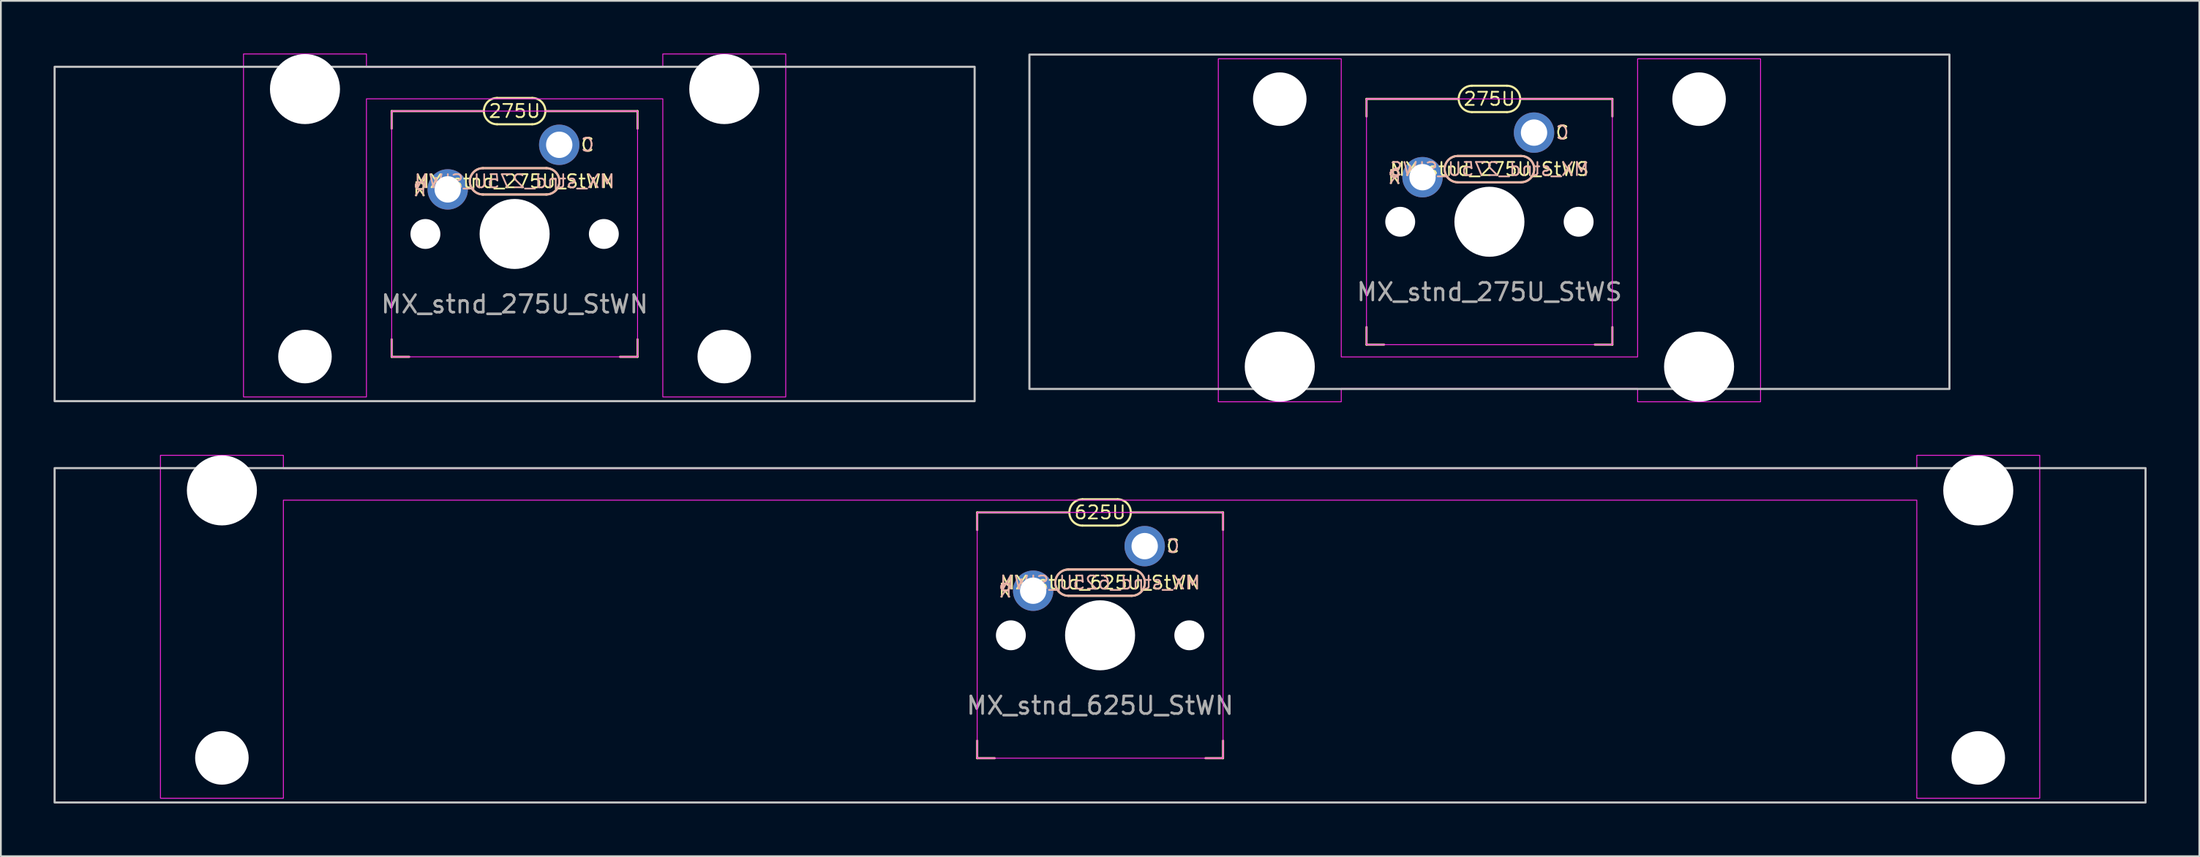
<source format=kicad_pcb>
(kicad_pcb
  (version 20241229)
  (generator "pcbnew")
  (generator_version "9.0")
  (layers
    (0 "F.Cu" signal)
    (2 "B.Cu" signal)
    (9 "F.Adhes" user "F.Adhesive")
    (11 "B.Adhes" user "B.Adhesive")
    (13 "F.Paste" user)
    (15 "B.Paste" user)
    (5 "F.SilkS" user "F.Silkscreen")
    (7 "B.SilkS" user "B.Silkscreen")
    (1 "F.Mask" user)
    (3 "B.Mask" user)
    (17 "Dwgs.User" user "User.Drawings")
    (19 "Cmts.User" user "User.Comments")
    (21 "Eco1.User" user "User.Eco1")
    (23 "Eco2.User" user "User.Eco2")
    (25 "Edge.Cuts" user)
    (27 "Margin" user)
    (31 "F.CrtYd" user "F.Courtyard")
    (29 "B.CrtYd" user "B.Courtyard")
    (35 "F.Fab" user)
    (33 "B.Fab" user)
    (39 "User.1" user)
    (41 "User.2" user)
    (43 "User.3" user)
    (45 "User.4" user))
  (footprint "MX_stnd_275U_StWN"
    (layer "F.Cu")
    (at 26.254 10.28)
    (property "Reference" "MX_stnd_275U_StWN" (at 0 -3 0) (unlocked yes) (layer "F.SilkS") (effects (font (size 0.75 0.75) (thickness 0.1))))
    (attr through_hole)
    (fp_line (start -7 -7) (end -1.75 -7) (stroke (width 0.12) (type solid)) (layer "F.SilkS"))
    (fp_line (start -7 -6) (end -7 -7) (stroke (width 0.12) (type solid)) (layer "F.SilkS"))
    (fp_line (start -7 7) (end -7 6) (stroke (width 0.12) (type solid)) (layer "F.SilkS"))
    (fp_line (start -6 7) (end -7 7) (stroke (width 0.12) (type solid)) (layer "F.SilkS"))
    (fp_line (start -1.8 -3.75) (end 1.8 -3.75) (stroke (width 0.12) (type solid)) (layer "F.SilkS"))
    (fp_line (start -1 -7.75) (end 1 -7.75) (stroke (width 0.12) (type solid)) (layer "F.SilkS"))
    (fp_line (start 1 -6.25) (end -1 -6.25) (stroke (width 0.12) (type solid)) (layer "F.SilkS"))
    (fp_line (start 1.8 -2.25) (end -1.8 -2.25) (stroke (width 0.12) (type solid)) (layer "F.SilkS"))
    (fp_line (start 6 7) (end 7 7) (stroke (width 0.12) (type solid)) (layer "F.SilkS"))
    (fp_line (start 7 -7) (end 1.75 -7) (stroke (width 0.12) (type solid)) (layer "F.SilkS"))
    (fp_line (start 7 -7) (end 7 -6) (stroke (width 0.12) (type solid)) (layer "F.SilkS"))
    (fp_line (start 7 7) (end 7 6) (stroke (width 0.12) (type solid)) (layer "F.SilkS"))
    (fp_arc (start -1.8 -2.25) (mid -2.55 -3) (end -1.8 -3.75) (stroke (width 0.12) (type solid)) (layer "F.SilkS"))
    (fp_arc (start -1 -6.25) (mid -1.75 -7) (end -1 -7.75) (stroke (width 0.12) (type solid)) (layer "F.SilkS"))
    (fp_arc (start 1 -7.75) (mid 1.75 -7) (end 1 -6.25) (stroke (width 0.12) (type solid)) (layer "F.SilkS"))
    (fp_arc (start 1.8 -3.75) (mid 2.55 -3) (end 1.8 -2.25) (stroke (width 0.12) (type solid)) (layer "F.SilkS"))
    (fp_line (start -1.8 -2.25) (end 1.8 -2.25) (stroke (width 0.12) (type solid)) (layer "B.SilkS"))
    (fp_line (start 1.8 -3.75) (end -1.8 -3.75) (stroke (width 0.12) (type solid)) (layer "B.SilkS"))
    (fp_arc (start -1.8 -2.25) (mid -2.55 -3) (end -1.8 -3.75) (stroke (width 0.12) (type solid)) (layer "B.SilkS"))
    (fp_arc (start 1.8 -3.75) (mid 2.55 -3) (end 1.8 -2.25) (stroke (width 0.12) (type solid)) (layer "B.SilkS"))
    (fp_rect (start -26.194 -9.525) (end 26.194 9.525) (stroke (width 0.12) (type solid)) (fill no) (layer "Dwgs.User"))
    (fp_rect (start -7 -7) (end 7 7) (stroke (width 0.05) (type solid)) (fill no) (layer "F.CrtYd"))
    (fp_poly (pts (xy 8.438 -7.7) (xy -8.438 -7.7) (xy -8.438 9.285) (xy -15.438 9.285) (xy -15.438 -10.255) (xy -8.438 -10.255) (xy -8.438 -9.5) (xy 8.438 -9.5) (xy 8.438 -10.255) (xy 15.438 -10.255) (xy 15.438 9.285) (xy 8.438 9.285)) (stroke (width 0.05) (type solid)) (fill no) (layer "F.CrtYd"))
    (fp_text user "R" (at -5.4 -2.54 0) (unlocked yes) (layer "F.SilkS") (effects (font (size 0.75 0.75) (thickness 0.1))))
    (fp_text user "C" (at 4.15 -5.08 0) (unlocked yes) (layer "F.SilkS") (effects (font (size 0.75 0.75) (thickness 0.1))))
    (fp_text user "275U" (at 0 -7 0) (unlocked yes) (layer "F.SilkS") (effects (font (size 0.75 0.75) (thickness 0.1))))
    (fp_text user "C" (at 4.15 -5.08 0) (unlocked yes) (layer "B.SilkS") (effects (font (size 0.75 0.75) (thickness 0.1)) (justify mirror)))
    (fp_text user "${REFERENCE}" (at 0 -3 0) (unlocked yes) (layer "B.SilkS") (effects (font (size 0.75 0.75) (thickness 0.1)) (justify mirror)))
    (fp_text user "R" (at -5.4 -2.54 0) (unlocked yes) (layer "B.SilkS") (effects (font (size 0.75 0.75) (thickness 0.1)) (justify mirror)))
    (fp_text user "${REFERENCE}" (at 0 4 0) (unlocked yes) (layer "F.Fab") (effects (font (size 1 1) (thickness 0.15))))
    (pad "" np_thru_hole circle (at -11.938 -8.255 180) (size 3.988 3.988) (drill 3.988) (layers "*.Cu" "*.Mask"))
    (pad "" np_thru_hole circle (at -11.938 6.985 180) (size 3.048 3.048) (drill 3.048) (layers "*.Cu" "*.Mask"))
    (pad "" np_thru_hole circle (at -5.08 0) (size 1.702 1.702) (drill 1.702) (layers "*.Cu" "*.Mask"))
    (pad "" np_thru_hole circle (at 0 0) (size 3.988 3.988) (drill 3.988) (layers "*.Cu" "*.Mask"))
    (pad "" np_thru_hole circle (at 5.08 0) (size 1.702 1.702) (drill 1.702) (layers "*.Cu" "*.Mask"))
    (pad "" np_thru_hole circle (at 11.938 -8.255 180) (size 3.988 3.988) (drill 3.988) (layers "*.Cu" "*.Mask"))
    (pad "" np_thru_hole circle (at 11.938 6.985 180) (size 3.048 3.048) (drill 3.048) (layers "*.Cu" "*.Mask"))
    (pad "1" thru_hole circle (at 2.54 -5.08) (size 2.3 2.3) (drill 1.5) (layers "*.Cu" "*.Mask"))
    (pad "2" thru_hole circle (at -3.81 -2.54) (size 2.3 2.3) (drill 1.5) (layers "*.Cu" "*.Mask")))
  (footprint "MX_stnd_625U_StWN"
    (layer "F.Cu")
    (at 59.591 33.145)
    (property "Reference" "MX_stnd_625U_StWN" (at 0 -3 0) (unlocked yes) (layer "F.SilkS") (effects (font (size 0.75 0.75) (thickness 0.1))))
    (attr through_hole)
    (fp_line (start -7 -7) (end -1.75 -7) (stroke (width 0.12) (type solid)) (layer "F.SilkS"))
    (fp_line (start -7 -6) (end -7 -7) (stroke (width 0.12) (type solid)) (layer "F.SilkS"))
    (fp_line (start -7 7) (end -7 6) (stroke (width 0.12) (type solid)) (layer "F.SilkS"))
    (fp_line (start -6 7) (end -7 7) (stroke (width 0.12) (type solid)) (layer "F.SilkS"))
    (fp_line (start -1.8 -3.75) (end 1.8 -3.75) (stroke (width 0.12) (type solid)) (layer "F.SilkS"))
    (fp_line (start -1 -7.75) (end 1 -7.75) (stroke (width 0.12) (type solid)) (layer "F.SilkS"))
    (fp_line (start 1 -6.25) (end -1 -6.25) (stroke (width 0.12) (type solid)) (layer "F.SilkS"))
    (fp_line (start 1.8 -2.25) (end -1.8 -2.25) (stroke (width 0.12) (type solid)) (layer "F.SilkS"))
    (fp_line (start 6 7) (end 7 7) (stroke (width 0.12) (type solid)) (layer "F.SilkS"))
    (fp_line (start 7 -7) (end 1.75 -7) (stroke (width 0.12) (type solid)) (layer "F.SilkS"))
    (fp_line (start 7 -7) (end 7 -6) (stroke (width 0.12) (type solid)) (layer "F.SilkS"))
    (fp_line (start 7 7) (end 7 6) (stroke (width 0.12) (type solid)) (layer "F.SilkS"))
    (fp_arc (start -1.8 -2.25) (mid -2.55 -3) (end -1.8 -3.75) (stroke (width 0.12) (type solid)) (layer "F.SilkS"))
    (fp_arc (start -1 -6.25) (mid -1.75 -7) (end -1 -7.75) (stroke (width 0.12) (type solid)) (layer "F.SilkS"))
    (fp_arc (start 1 -7.75) (mid 1.75 -7) (end 1 -6.25) (stroke (width 0.12) (type solid)) (layer "F.SilkS"))
    (fp_arc (start 1.8 -3.75) (mid 2.55 -3) (end 1.8 -2.25) (stroke (width 0.12) (type solid)) (layer "F.SilkS"))
    (fp_line (start -1.8 -2.25) (end 1.8 -2.25) (stroke (width 0.12) (type solid)) (layer "B.SilkS"))
    (fp_line (start 1.8 -3.75) (end -1.8 -3.75) (stroke (width 0.12) (type solid)) (layer "B.SilkS"))
    (fp_arc (start -1.8 -2.25) (mid -2.55 -3) (end -1.8 -3.75) (stroke (width 0.12) (type solid)) (layer "B.SilkS"))
    (fp_arc (start 1.8 -3.75) (mid 2.55 -3) (end 1.8 -2.25) (stroke (width 0.12) (type solid)) (layer "B.SilkS"))
    (fp_rect (start -59.531 -9.525) (end 59.531 9.525) (stroke (width 0.12) (type solid)) (fill no) (layer "Dwgs.User"))
    (fp_rect (start -7 -7) (end 7 7) (stroke (width 0.05) (type solid)) (fill no) (layer "F.CrtYd"))
    (fp_poly (pts (xy 46.506 -7.7) (xy -46.506 -7.7) (xy -46.506 9.285) (xy -53.506 9.285) (xy -53.506 -10.255) (xy -46.506 -10.255) (xy -46.506 -9.5) (xy 46.506 -9.5) (xy 46.506 -10.255) (xy 53.506 -10.255) (xy 53.506 9.285) (xy 46.506 9.285)) (stroke (width 0.05) (type solid)) (fill no) (layer "F.CrtYd"))
    (fp_text user "C" (at 4.15 -5.08 0) (unlocked yes) (layer "F.SilkS") (effects (font (size 0.75 0.75) (thickness 0.1))))
    (fp_text user "R" (at -5.4 -2.54 0) (unlocked yes) (layer "F.SilkS") (effects (font (size 0.75 0.75) (thickness 0.1))))
    (fp_text user "625U" (at 0 -7 0) (unlocked yes) (layer "F.SilkS") (effects (font (size 0.75 0.75) (thickness 0.1))))
    (fp_text user "${REFERENCE}" (at 0 -3 0) (unlocked yes) (layer "B.SilkS") (effects (font (size 0.75 0.75) (thickness 0.1)) (justify mirror)))
    (fp_text user "C" (at 4.15 -5.08 0) (unlocked yes) (layer "B.SilkS") (effects (font (size 0.75 0.75) (thickness 0.1)) (justify mirror)))
    (fp_text user "R" (at -5.4 -2.54 0) (unlocked yes) (layer "B.SilkS") (effects (font (size 0.75 0.75) (thickness 0.1)) (justify mirror)))
    (fp_text user "${REFERENCE}" (at 0 4 0) (unlocked yes) (layer "F.Fab") (effects (font (size 1 1) (thickness 0.15))))
    (pad "" np_thru_hole circle (at -50.006 -8.255 180) (size 3.988 3.988) (drill 3.988) (layers "*.Cu" "*.Mask"))
    (pad "" np_thru_hole circle (at -50.006 6.985 180) (size 3.048 3.048) (drill 3.048) (layers "*.Cu" "*.Mask"))
    (pad "" np_thru_hole circle (at -5.08 0) (size 1.702 1.702) (drill 1.702) (layers "*.Cu" "*.Mask"))
    (pad "" np_thru_hole circle (at 0 0) (size 3.988 3.988) (drill 3.988) (layers "*.Cu" "*.Mask"))
    (pad "" np_thru_hole circle (at 5.08 0) (size 1.702 1.702) (drill 1.702) (layers "*.Cu" "*.Mask"))
    (pad "" np_thru_hole circle (at 50.006 -8.255 180) (size 3.988 3.988) (drill 3.988) (layers "*.Cu" "*.Mask"))
    (pad "" np_thru_hole circle (at 50.006 6.985 180) (size 3.048 3.048) (drill 3.048) (layers "*.Cu" "*.Mask"))
    (pad "1" thru_hole circle (at 2.54 -5.08) (size 2.3 2.3) (drill 1.5) (layers "*.Cu" "*.Mask"))
    (pad "2" thru_hole circle (at -3.81 -2.54) (size 2.3 2.3) (drill 1.5) (layers "*.Cu" "*.Mask")))
  (footprint "MX_stnd_275U_StWS"
    (layer "F.Cu")
    (at 81.761 9.585)
    (property "Reference" "MX_stnd_275U_StWS" (at 0 -3 0) (unlocked yes) (layer "F.SilkS") (effects (font (size 0.75 0.75) (thickness 0.1))))
    (attr through_hole)
    (fp_line (start -7 -7) (end -1.75 -7) (stroke (width 0.12) (type solid)) (layer "F.SilkS"))
    (fp_line (start -7 -6) (end -7 -7) (stroke (width 0.12) (type solid)) (layer "F.SilkS"))
    (fp_line (start -7 7) (end -7 6) (stroke (width 0.12) (type solid)) (layer "F.SilkS"))
    (fp_line (start -6 7) (end -7 7) (stroke (width 0.12) (type solid)) (layer "F.SilkS"))
    (fp_line (start -1.8 -3.75) (end 1.8 -3.75) (stroke (width 0.12) (type solid)) (layer "F.SilkS"))
    (fp_line (start -1 -7.75) (end 1 -7.75) (stroke (width 0.12) (type solid)) (layer "F.SilkS"))
    (fp_line (start 1 -6.25) (end -1 -6.25) (stroke (width 0.12) (type solid)) (layer "F.SilkS"))
    (fp_line (start 1.8 -2.25) (end -1.8 -2.25) (stroke (width 0.12) (type solid)) (layer "F.SilkS"))
    (fp_line (start 6 7) (end 7 7) (stroke (width 0.12) (type solid)) (layer "F.SilkS"))
    (fp_line (start 7 -7) (end 1.75 -7) (stroke (width 0.12) (type solid)) (layer "F.SilkS"))
    (fp_line (start 7 -7) (end 7 -6) (stroke (width 0.12) (type solid)) (layer "F.SilkS"))
    (fp_line (start 7 7) (end 7 6) (stroke (width 0.12) (type solid)) (layer "F.SilkS"))
    (fp_arc (start -1.8 -2.25) (mid -2.55 -3) (end -1.8 -3.75) (stroke (width 0.12) (type solid)) (layer "F.SilkS"))
    (fp_arc (start -1 -6.25) (mid -1.75 -7) (end -1 -7.75) (stroke (width 0.12) (type solid)) (layer "F.SilkS"))
    (fp_arc (start 1 -7.75) (mid 1.75 -7) (end 1 -6.25) (stroke (width 0.12) (type solid)) (layer "F.SilkS"))
    (fp_arc (start 1.8 -3.75) (mid 2.55 -3) (end 1.8 -2.25) (stroke (width 0.12) (type solid)) (layer "F.SilkS"))
    (fp_line (start -1.8 -2.25) (end 1.8 -2.25) (stroke (width 0.12) (type solid)) (layer "B.SilkS"))
    (fp_line (start 1.8 -3.75) (end -1.8 -3.75) (stroke (width 0.12) (type solid)) (layer "B.SilkS"))
    (fp_arc (start -1.8 -2.25) (mid -2.55 -3) (end -1.8 -3.75) (stroke (width 0.12) (type solid)) (layer "B.SilkS"))
    (fp_arc (start 1.8 -3.75) (mid 2.55 -3) (end 1.8 -2.25) (stroke (width 0.12) (type solid)) (layer "B.SilkS"))
    (fp_rect (start -26.194 -9.525) (end 26.194 9.525) (stroke (width 0.12) (type solid)) (fill no) (layer "Dwgs.User"))
    (fp_rect (start -7 -7) (end 7 7) (stroke (width 0.05) (type solid)) (fill no) (layer "F.CrtYd"))
    (fp_poly (pts (xy -8.438 7.7) (xy 8.438 7.7) (xy 8.438 -9.285) (xy 15.438 -9.285) (xy 15.438 10.255) (xy 8.438 10.255) (xy 8.438 9.5) (xy -8.438 9.5) (xy -8.438 10.255) (xy -15.438 10.255) (xy -15.438 -9.285) (xy -8.438 -9.285)) (stroke (width 0.05) (type solid)) (fill no) (layer "F.CrtYd"))
    (fp_text user "R" (at -5.4 -2.54 0) (unlocked yes) (layer "F.SilkS") (effects (font (size 0.75 0.75) (thickness 0.1))))
    (fp_text user "C" (at 4.15 -5.08 0) (unlocked yes) (layer "F.SilkS") (effects (font (size 0.75 0.75) (thickness 0.1))))
    (fp_text user "275U" (at 0 -7 0) (unlocked yes) (layer "F.SilkS") (effects (font (size 0.75 0.75) (thickness 0.1))))
    (fp_text user "C" (at 4.15 -5.08 0) (unlocked yes) (layer "B.SilkS") (effects (font (size 0.75 0.75) (thickness 0.1)) (justify mirror)))
    (fp_text user "${REFERENCE}" (at 0 -3 0) (unlocked yes) (layer "B.SilkS") (effects (font (size 0.75 0.75) (thickness 0.1)) (justify mirror)))
    (fp_text user "R" (at -5.4 -2.54 0) (unlocked yes) (layer "B.SilkS") (effects (font (size 0.75 0.75) (thickness 0.1)) (justify mirror)))
    (fp_text user "${REFERENCE}" (at 0 4 0) (unlocked yes) (layer "F.Fab") (effects (font (size 1 1) (thickness 0.15))))
    (pad "" np_thru_hole circle (at -11.938 -6.985) (size 3.048 3.048) (drill 3.048) (layers "*.Cu" "*.Mask"))
    (pad "" np_thru_hole circle (at -11.938 8.255) (size 3.988 3.988) (drill 3.988) (layers "*.Cu" "*.Mask"))
    (pad "" np_thru_hole circle (at -5.08 0) (size 1.702 1.702) (drill 1.702) (layers "*.Cu" "*.Mask"))
    (pad "" np_thru_hole circle (at 0 0) (size 3.988 3.988) (drill 3.988) (layers "*.Cu" "*.Mask"))
    (pad "" np_thru_hole circle (at 5.08 0) (size 1.702 1.702) (drill 1.702) (layers "*.Cu" "*.Mask"))
    (pad "" np_thru_hole circle (at 11.938 -6.985) (size 3.048 3.048) (drill 3.048) (layers "*.Cu" "*.Mask"))
    (pad "" np_thru_hole circle (at 11.938 8.255) (size 3.988 3.988) (drill 3.988) (layers "*.Cu" "*.Mask"))
    (pad "1" thru_hole circle (at 2.54 -5.08) (size 2.3 2.3) (drill 1.5) (layers "*.Cu" "*.Mask"))
    (pad "2" thru_hole circle (at -3.81 -2.54) (size 2.3 2.3) (drill 1.5) (layers "*.Cu" "*.Mask")))
  (gr_rect
    (start -3 -3)
    (end 122.183 45.73)
    (stroke (width 0.1) (type default))
    (fill no)
    (layer "Edge.Cuts")))
</source>
